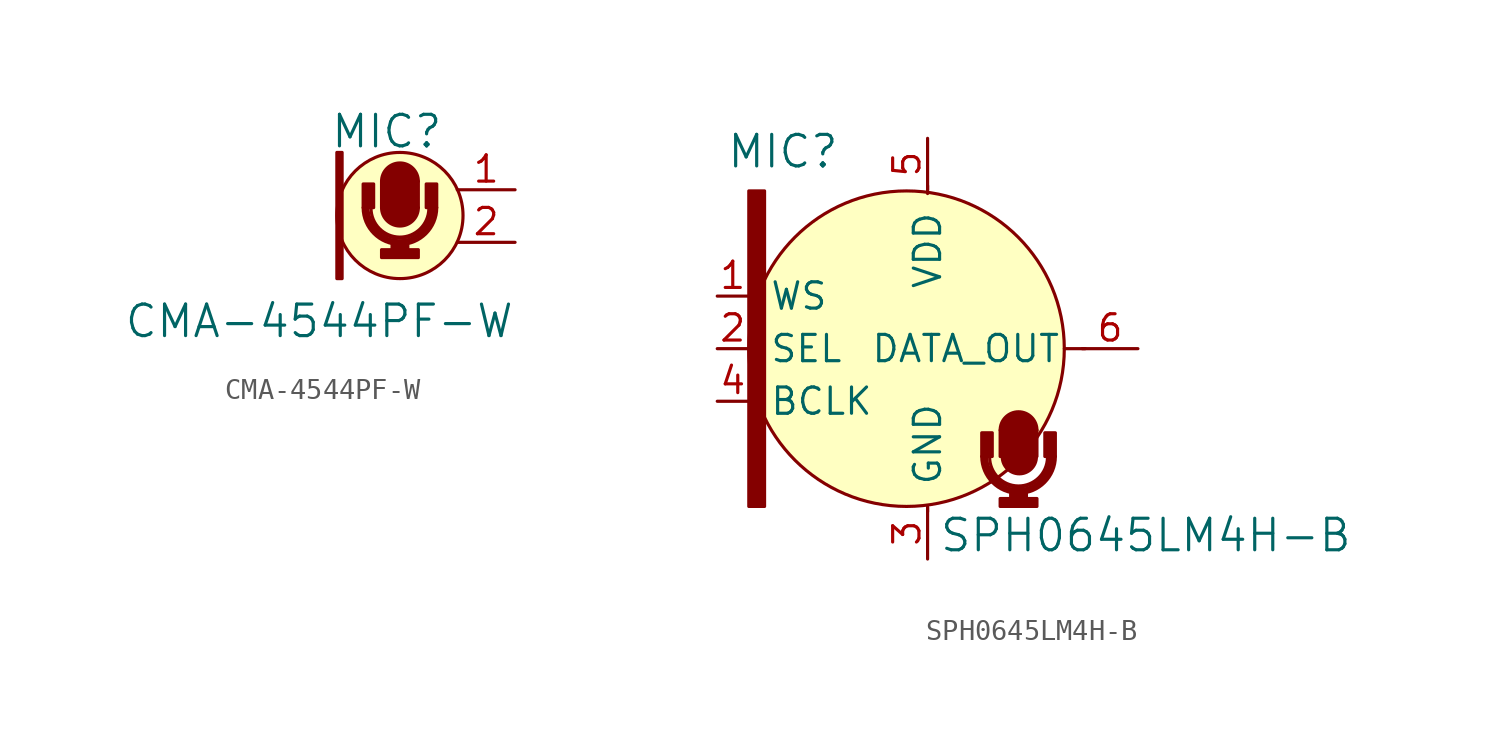
<source format=kicad_sym>
(kicad_symbol_lib
  (version 20211014)
  (generator kicad_symbol_editor)
  (symbol "CMA-4544PF-W"
    (pin_names
      (offset 1.016))
    (property "Reference" "MIC"
      (at -1.118 2.819 0)
      (effects (font (size 1.524 1.524))))
    (property "Value" "CMA-4544PF-W"
      (at 5.08 -6.35 0)
      (effects (font (size 1.524 1.524)) (justify right)))
    (symbol "CMA-4544PF-W_0_1"
      (rectangle (start -3.277 -4.293) (end -3.531 1.803) (stroke (width 0) (type default) (color 0 0 0 0)) (fill (type outline)))
      (rectangle (start -2.261 -0.864) (end -1.753 0.279) (stroke (width 0) (type default) (color 0 0 0 0)) (fill (type outline)))
      (arc (start -2.2606 -0.8636) (mid -0.4826 -2.6416) (end 1.2954 -0.8636) (stroke (width 0) (type default) (color 0 0 0 0)) (fill (type none)))
      (arc (start -2.2098 -0.8636) (mid -0.4826 -2.54) (end 1.1938 -0.8128) (stroke (width 0) (type default) (color 0 0 0 0)) (fill (type none)))
      (arc (start -2.1082 -0.8636) (mid -0.5207 -2.4637) (end 1.0922 -0.889) (stroke (width 0) (type default) (color 0 0 0 0)) (fill (type none)))
      (arc (start -2.032 -0.8636) (mid -0.508 -2.3376) (end 1.016 -0.8636) (stroke (width 0) (type default) (color 0 0 0 0)) (fill (type none)))
      (arc (start -1.8796 -0.889) (mid -0.4953 -2.2859) (end 0.9144 -0.9144) (stroke (width 0) (type default) (color 0 0 0 0)) (fill (type none)))
      (rectangle (start -1.372 -2.896) (end 0.406 -3.277) (stroke (width 0) (type default) (color 0 0 0 0)) (fill (type outline)))
      (arc (start -1.3716 -0.8636) (mid -0.4826 -1.7526) (end 0.4064 -0.8636) (stroke (width 0) (type default) (color 0 0 0 0)) (fill (type outline)))
      (rectangle (start -1.372 0.406) (end 0.406 -0.864) (stroke (width 0) (type default) (color 0 0 0 0)) (fill (type outline)))
      (rectangle (start -0.864 -2.896) (end -0.102 -2.642) (stroke (width 0) (type default) (color 0 0 0 0)) (fill (type outline)))
      (circle (center -0.483 -1.245) (radius 3.048) (stroke (width 0) (type default) (color 0 0 0 0)) (fill (type background)))
      (arc (start 0.4064 0.4064) (mid -0.4826 1.2954) (end -1.3716 0.4064) (stroke (width 0) (type default) (color 0 0 0 0)) (fill (type outline)))
      (rectangle (start 1.295 -0.864) (end 0.787 0.279) (stroke (width 0) (type default) (color 0 0 0 0)) (fill (type outline))))
    (symbol "CMA-4544PF-W_1_1"
      (pin passive line (at 5.08 0 180) (length 2.794) (name "~" (effects (font (size 1.27 1.27)))) (number "1" (effects (font (size 1.27 1.27)))))
      (pin passive line (at 5.08 -2.54 180) (length 2.794) (name "~" (effects (font (size 1.27 1.27)))) (number "2" (effects (font (size 1.27 1.27)))))))
  (symbol "SPH0645LM4H-B"
    (pin_names
      (offset 1.016))
    (property "Reference" "MIC"
      (at -6.985 9.525 0)
      (effects (font (size 1.524 1.524))))
    (property "Value" "SPH0645LM4H-B"
      (at 10.541 -9.017 0)
      (effects (font (size 1.524 1.524))))
    (symbol "SPH0645LM4H-B_0_1"
      (rectangle (start -7.874 7.62) (end -8.636 -7.62) (stroke (width 0) (type default) (color 0 0 0 0)) (fill (type outline)))
      (circle (center -1.016 0) (radius 7.62) (stroke (width 0) (type default) (color 0 0 0 0)) (fill (type background)))
      (polyline (pts (xy 0 -7.62) (xy 0 -7.874)) (stroke (width 0) (type default) (color 0 0 0 0)) (fill (type none)))
      (polyline (pts (xy 0 7.493) (xy 0 7.874)) (stroke (width 0) (type default) (color 0 0 0 0)) (fill (type none)))
      (polyline (pts (xy 7.62 0) (xy 6.604 0)) (stroke (width 0) (type default) (color 0 0 0 0)) (fill (type none)))
      (rectangle (start 2.616 -5.207) (end 3.124 -4.064) (stroke (width 0) (type default) (color 0 0 0 0)) (fill (type outline)))
      (arc (start 2.6162 -5.207) (mid 4.3942 -6.985) (end 6.1722 -5.207) (stroke (width 0) (type default) (color 0 0 0 0)) (fill (type none)))
      (arc (start 2.667 -5.207) (mid 4.3942 -6.8834) (end 6.0706 -5.1562) (stroke (width 0) (type default) (color 0 0 0 0)) (fill (type none)))
      (arc (start 2.7686 -5.207) (mid 4.3561 -6.8071) (end 5.969 -5.2324) (stroke (width 0) (type default) (color 0 0 0 0)) (fill (type none)))
      (arc (start 2.8448 -5.207) (mid 4.3688 -6.681) (end 5.8928 -5.207) (stroke (width 0) (type default) (color 0 0 0 0)) (fill (type none)))
      (arc (start 2.9972 -5.2324) (mid 4.3815 -6.6293) (end 5.7912 -5.2578) (stroke (width 0) (type default) (color 0 0 0 0)) (fill (type none)))
      (rectangle (start 3.505 -7.239) (end 5.283 -7.62) (stroke (width 0) (type default) (color 0 0 0 0)) (fill (type outline)))
      (rectangle (start 3.505 -3.937) (end 5.283 -5.207) (stroke (width 0) (type default) (color 0 0 0 0)) (fill (type outline)))
      (arc (start 3.6068 -5.2324) (mid 4.4196 -6.0452) (end 5.2578 -5.2324) (stroke (width 0) (type default) (color 0 0 0 0)) (fill (type outline)))
      (rectangle (start 4.013 -7.239) (end 4.775 -6.985) (stroke (width 0) (type default) (color 0 0 0 0)) (fill (type outline)))
      (arc (start 5.2832 -3.937) (mid 4.3942 -3.048) (end 3.5052 -3.937) (stroke (width 0) (type default) (color 0 0 0 0)) (fill (type outline)))
      (rectangle (start 6.172 -5.207) (end 5.664 -4.064) (stroke (width 0) (type default) (color 0 0 0 0)) (fill (type outline))))
    (symbol "SPH0645LM4H-B_1_1"
      (pin input line (at -10.16 2.54 0) (length 1.499) (name "WS" (effects (font (size 1.27 1.27)))) (number "1" (effects (font (size 1.27 1.27)))))
      (pin input line (at -10.16 0 0) (length 1.499) (name "SEL" (effects (font (size 1.27 1.27)))) (number "2" (effects (font (size 1.27 1.27)))))
      (pin power_in line (at 0 -10.16 90) (length 2.489) (name "GND" (effects (font (size 1.27 1.27)))) (number "3" (effects (font (size 1.27 1.27)))))
      (pin input line (at -10.16 -2.54 0) (length 1.499) (name "BCLK" (effects (font (size 1.27 1.27)))) (number "4" (effects (font (size 1.27 1.27)))))
      (pin power_in line (at 0 10.16 270) (length 2.489) (name "VDD" (effects (font (size 1.27 1.27)))) (number "5" (effects (font (size 1.27 1.27)))))
      (pin output line (at 10.16 0 180) (length 2.692) (name "DATA_OUT" (effects (font (size 1.27 1.27)))) (number "6" (effects (font (size 1.27 1.27))))))))
</source>
